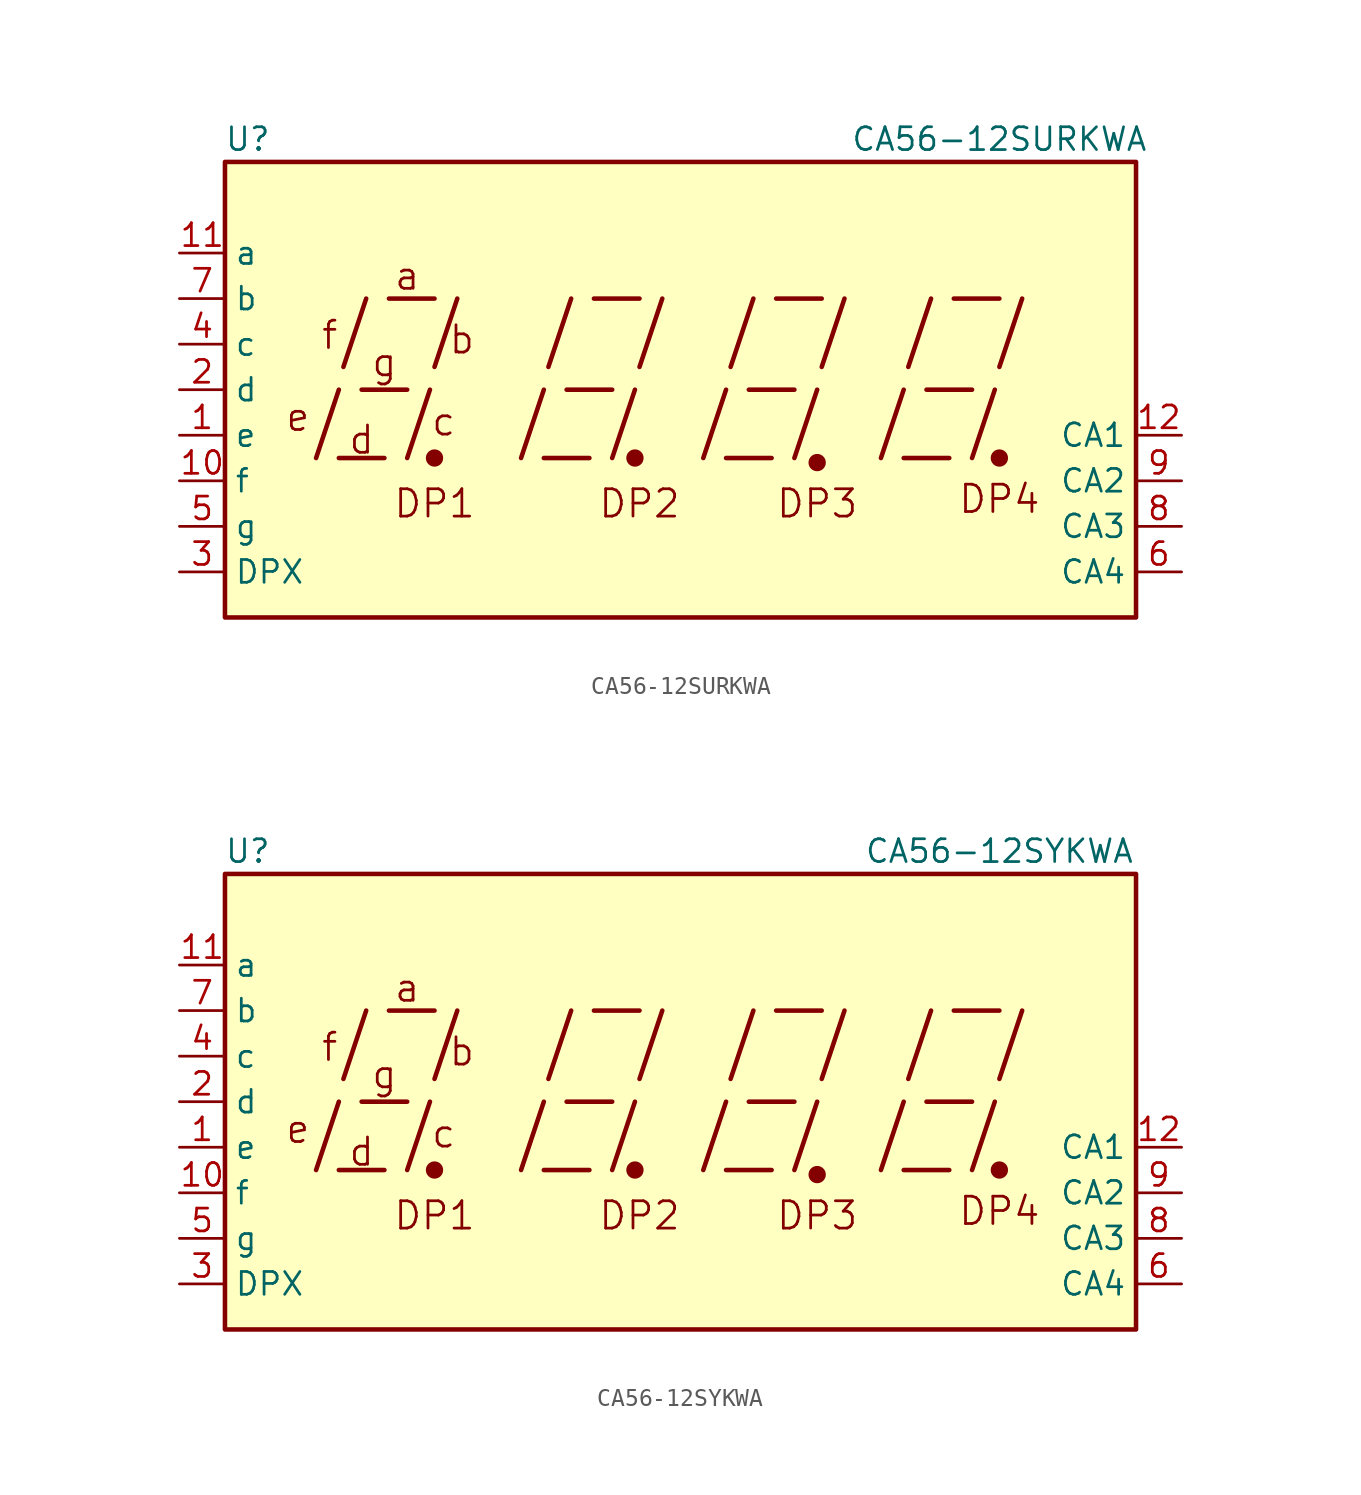
<source format=kicad_sym>
(kicad_symbol_lib
  (version 20200908)
  (generator kicad_symbol_editor)
  (symbol "Display_Character:CA56-12SURKWA"
    (property "Reference" "U"
      (at -24.13 13.97 0)
      (effects (font (size 1.27 1.27))))
    (property "Value" "CA56-12SURKWA"
      (at 17.78 13.97 0)
      (effects (font (size 1.27 1.27))))
    (symbol "CA56-12SURKWA_1_0"
      (circle (center 7.62 -4.064) (radius 0.356) (stroke (width 0.254)) (fill (type outline)))
      (circle (center 17.78 -3.81) (radius 0.356) (stroke (width 0.254)) (fill (type outline))))
    (symbol "CA56-12SURKWA_0_1"
      (circle (center -13.716 -3.81) (radius 0.356) (stroke (width 0.254)) (fill (type outline)))
      (circle (center -2.54 -3.81) (radius 0.356) (stroke (width 0.254)) (fill (type outline))))
    (symbol "CA56-12SURKWA_0_0"
      (text "a" (at -15.24 6.35 0) (effects (font (size 1.524 1.524))))
      (text "b" (at -12.192 2.794 0) (effects (font (size 1.524 1.524))))
      (text "c" (at -13.208 -1.778 0) (effects (font (size 1.524 1.524))))
      (text "d" (at -17.78 -2.794 0) (effects (font (size 1.524 1.524))))
      (text "DP1" (at -13.716 -6.35 0) (effects (font (size 1.524 1.524))))
      (text "DP2" (at -2.286 -6.35 0) (effects (font (size 1.524 1.524))))
      (text "DP3" (at 7.62 -6.35 0) (effects (font (size 1.524 1.524))))
      (text "DP4" (at 17.78 -6.096 0) (effects (font (size 1.524 1.524))))
      (text "e" (at -21.336 -1.524 0) (effects (font (size 1.524 1.524))))
      (text "f" (at -19.558 3.048 0) (effects (font (size 1.524 1.524))))
      (text "g" (at -16.51 1.524 0) (effects (font (size 1.524 1.524))))
      (rectangle (start -25.4 12.7) (end 25.4 -12.7) (stroke (width 0.254)) (fill (type background)))
      (polyline (pts (xy -20.32 -3.81) (xy -19.05 0)) (stroke (width 0.254)) (fill (type none)))
      (polyline (pts (xy -19.05 -3.81) (xy -16.51 -3.81)) (stroke (width 0.254)) (fill (type none)))
      (polyline (pts (xy -18.796 1.27) (xy -17.526 5.08)) (stroke (width 0.254)) (fill (type none)))
      (polyline (pts (xy -17.78 0) (xy -15.24 0)) (stroke (width 0.254)) (fill (type none)))
      (polyline (pts (xy -16.256 5.08) (xy -13.716 5.08)) (stroke (width 0.254)) (fill (type none)))
      (polyline (pts (xy -15.24 -3.81) (xy -13.97 0)) (stroke (width 0.254)) (fill (type none)))
      (polyline (pts (xy -13.716 1.27) (xy -12.446 5.08)) (stroke (width 0.254)) (fill (type none)))
      (polyline (pts (xy -8.89 -3.81) (xy -7.62 0)) (stroke (width 0.254)) (fill (type none)))
      (polyline (pts (xy -7.62 -3.81) (xy -5.08 -3.81)) (stroke (width 0.254)) (fill (type none)))
      (polyline (pts (xy -7.366 1.27) (xy -6.096 5.08)) (stroke (width 0.254)) (fill (type none)))
      (polyline (pts (xy -6.35 0) (xy -3.81 0)) (stroke (width 0.254)) (fill (type none)))
      (polyline (pts (xy -4.826 5.08) (xy -2.286 5.08)) (stroke (width 0.254)) (fill (type none)))
      (polyline (pts (xy -3.81 -3.81) (xy -2.54 0)) (stroke (width 0.254)) (fill (type none)))
      (polyline (pts (xy -2.286 1.27) (xy -1.016 5.08)) (stroke (width 0.254)) (fill (type none)))
      (polyline (pts (xy 1.27 -3.81) (xy 2.54 0)) (stroke (width 0.254)) (fill (type none)))
      (polyline (pts (xy 2.54 -3.81) (xy 5.08 -3.81)) (stroke (width 0.254)) (fill (type none)))
      (polyline (pts (xy 2.794 1.27) (xy 4.064 5.08)) (stroke (width 0.254)) (fill (type none)))
      (polyline (pts (xy 3.81 0) (xy 6.35 0)) (stroke (width 0.254)) (fill (type none)))
      (polyline (pts (xy 5.334 5.08) (xy 7.874 5.08)) (stroke (width 0.254)) (fill (type none)))
      (polyline (pts (xy 6.35 -3.81) (xy 7.62 0)) (stroke (width 0.254)) (fill (type none)))
      (polyline (pts (xy 7.874 1.27) (xy 9.144 5.08)) (stroke (width 0.254)) (fill (type none)))
      (polyline (pts (xy 11.176 -3.81) (xy 12.446 0)) (stroke (width 0.254)) (fill (type none)))
      (polyline (pts (xy 12.446 -3.81) (xy 14.986 -3.81)) (stroke (width 0.254)) (fill (type none)))
      (polyline (pts (xy 12.7 1.27) (xy 13.97 5.08)) (stroke (width 0.254)) (fill (type none)))
      (polyline (pts (xy 13.716 0) (xy 16.256 0)) (stroke (width 0.254)) (fill (type none)))
      (polyline (pts (xy 15.24 5.08) (xy 17.78 5.08)) (stroke (width 0.254)) (fill (type none)))
      (polyline (pts (xy 16.256 -3.81) (xy 17.526 0)) (stroke (width 0.254)) (fill (type none)))
      (polyline (pts (xy 17.78 1.27) (xy 19.05 5.08)) (stroke (width 0.254)) (fill (type none))))
    (symbol "CA56-12SURKWA_1_1"
      (pin input line (at -27.94 -2.54 0) (length 2.54) (name "e" (effects (font (size 1.27 1.27)))) (number "1" (effects (font (size 1.27 1.27)))))
      (pin input line (at -27.94 -5.08 0) (length 2.54) (name "f" (effects (font (size 1.27 1.27)))) (number "10" (effects (font (size 1.27 1.27)))))
      (pin input line (at -27.94 7.62 0) (length 2.54) (name "a" (effects (font (size 1.27 1.27)))) (number "11" (effects (font (size 1.27 1.27)))))
      (pin input line (at 27.94 -2.54 180) (length 2.54) (name "CA1" (effects (font (size 1.27 1.27)))) (number "12" (effects (font (size 1.27 1.27)))))
      (pin input line (at -27.94 0 0) (length 2.54) (name "d" (effects (font (size 1.27 1.27)))) (number "2" (effects (font (size 1.27 1.27)))))
      (pin input line (at -27.94 -10.16 0) (length 2.54) (name "DPX" (effects (font (size 1.27 1.27)))) (number "3" (effects (font (size 1.27 1.27)))))
      (pin input line (at -27.94 2.54 0) (length 2.54) (name "c" (effects (font (size 1.27 1.27)))) (number "4" (effects (font (size 1.27 1.27)))))
      (pin input line (at -27.94 -7.62 0) (length 2.54) (name "g" (effects (font (size 1.27 1.27)))) (number "5" (effects (font (size 1.27 1.27)))))
      (pin input line (at 27.94 -10.16 180) (length 2.54) (name "CA4" (effects (font (size 1.27 1.27)))) (number "6" (effects (font (size 1.27 1.27)))))
      (pin input line (at -27.94 5.08 0) (length 2.54) (name "b" (effects (font (size 1.27 1.27)))) (number "7" (effects (font (size 1.27 1.27)))))
      (pin input line (at 27.94 -7.62 180) (length 2.54) (name "CA3" (effects (font (size 1.27 1.27)))) (number "8" (effects (font (size 1.27 1.27)))))
      (pin input line (at 27.94 -5.08 180) (length 2.54) (name "CA2" (effects (font (size 1.27 1.27)))) (number "9" (effects (font (size 1.27 1.27)))))))
  (symbol "Display_Character:CA56-12SYKWA"
    (property "Reference" "U"
      (at -24.13 13.97 0)
      (effects (font (size 1.27 1.27))))
    (property "Value" "CA56-12SYKWA"
      (at 17.78 13.97 0)
      (effects (font (size 1.27 1.27))))
    (symbol "CA56-12SYKWA_1_0"
      (circle (center 7.62 -4.064) (radius 0.356) (stroke (width 0.254)) (fill (type outline)))
      (circle (center 17.78 -3.81) (radius 0.356) (stroke (width 0.254)) (fill (type outline))))
    (symbol "CA56-12SYKWA_0_1"
      (circle (center -13.716 -3.81) (radius 0.356) (stroke (width 0.254)) (fill (type outline)))
      (circle (center -2.54 -3.81) (radius 0.356) (stroke (width 0.254)) (fill (type outline))))
    (symbol "CA56-12SYKWA_0_0"
      (text "a" (at -15.24 6.35 0) (effects (font (size 1.524 1.524))))
      (text "b" (at -12.192 2.794 0) (effects (font (size 1.524 1.524))))
      (text "c" (at -13.208 -1.778 0) (effects (font (size 1.524 1.524))))
      (text "d" (at -17.78 -2.794 0) (effects (font (size 1.524 1.524))))
      (text "DP1" (at -13.716 -6.35 0) (effects (font (size 1.524 1.524))))
      (text "DP2" (at -2.286 -6.35 0) (effects (font (size 1.524 1.524))))
      (text "DP3" (at 7.62 -6.35 0) (effects (font (size 1.524 1.524))))
      (text "DP4" (at 17.78 -6.096 0) (effects (font (size 1.524 1.524))))
      (text "e" (at -21.336 -1.524 0) (effects (font (size 1.524 1.524))))
      (text "f" (at -19.558 3.048 0) (effects (font (size 1.524 1.524))))
      (text "g" (at -16.51 1.524 0) (effects (font (size 1.524 1.524))))
      (rectangle (start -25.4 12.7) (end 25.4 -12.7) (stroke (width 0.254)) (fill (type background)))
      (polyline (pts (xy -20.32 -3.81) (xy -19.05 0)) (stroke (width 0.254)) (fill (type none)))
      (polyline (pts (xy -19.05 -3.81) (xy -16.51 -3.81)) (stroke (width 0.254)) (fill (type none)))
      (polyline (pts (xy -18.796 1.27) (xy -17.526 5.08)) (stroke (width 0.254)) (fill (type none)))
      (polyline (pts (xy -17.78 0) (xy -15.24 0)) (stroke (width 0.254)) (fill (type none)))
      (polyline (pts (xy -16.256 5.08) (xy -13.716 5.08)) (stroke (width 0.254)) (fill (type none)))
      (polyline (pts (xy -15.24 -3.81) (xy -13.97 0)) (stroke (width 0.254)) (fill (type none)))
      (polyline (pts (xy -13.716 1.27) (xy -12.446 5.08)) (stroke (width 0.254)) (fill (type none)))
      (polyline (pts (xy -8.89 -3.81) (xy -7.62 0)) (stroke (width 0.254)) (fill (type none)))
      (polyline (pts (xy -7.62 -3.81) (xy -5.08 -3.81)) (stroke (width 0.254)) (fill (type none)))
      (polyline (pts (xy -7.366 1.27) (xy -6.096 5.08)) (stroke (width 0.254)) (fill (type none)))
      (polyline (pts (xy -6.35 0) (xy -3.81 0)) (stroke (width 0.254)) (fill (type none)))
      (polyline (pts (xy -4.826 5.08) (xy -2.286 5.08)) (stroke (width 0.254)) (fill (type none)))
      (polyline (pts (xy -3.81 -3.81) (xy -2.54 0)) (stroke (width 0.254)) (fill (type none)))
      (polyline (pts (xy -2.286 1.27) (xy -1.016 5.08)) (stroke (width 0.254)) (fill (type none)))
      (polyline (pts (xy 1.27 -3.81) (xy 2.54 0)) (stroke (width 0.254)) (fill (type none)))
      (polyline (pts (xy 2.54 -3.81) (xy 5.08 -3.81)) (stroke (width 0.254)) (fill (type none)))
      (polyline (pts (xy 2.794 1.27) (xy 4.064 5.08)) (stroke (width 0.254)) (fill (type none)))
      (polyline (pts (xy 3.81 0) (xy 6.35 0)) (stroke (width 0.254)) (fill (type none)))
      (polyline (pts (xy 5.334 5.08) (xy 7.874 5.08)) (stroke (width 0.254)) (fill (type none)))
      (polyline (pts (xy 6.35 -3.81) (xy 7.62 0)) (stroke (width 0.254)) (fill (type none)))
      (polyline (pts (xy 7.874 1.27) (xy 9.144 5.08)) (stroke (width 0.254)) (fill (type none)))
      (polyline (pts (xy 11.176 -3.81) (xy 12.446 0)) (stroke (width 0.254)) (fill (type none)))
      (polyline (pts (xy 12.446 -3.81) (xy 14.986 -3.81)) (stroke (width 0.254)) (fill (type none)))
      (polyline (pts (xy 12.7 1.27) (xy 13.97 5.08)) (stroke (width 0.254)) (fill (type none)))
      (polyline (pts (xy 13.716 0) (xy 16.256 0)) (stroke (width 0.254)) (fill (type none)))
      (polyline (pts (xy 15.24 5.08) (xy 17.78 5.08)) (stroke (width 0.254)) (fill (type none)))
      (polyline (pts (xy 16.256 -3.81) (xy 17.526 0)) (stroke (width 0.254)) (fill (type none)))
      (polyline (pts (xy 17.78 1.27) (xy 19.05 5.08)) (stroke (width 0.254)) (fill (type none))))
    (symbol "CA56-12SYKWA_1_1"
      (pin input line (at -27.94 -2.54 0) (length 2.54) (name "e" (effects (font (size 1.27 1.27)))) (number "1" (effects (font (size 1.27 1.27)))))
      (pin input line (at -27.94 -5.08 0) (length 2.54) (name "f" (effects (font (size 1.27 1.27)))) (number "10" (effects (font (size 1.27 1.27)))))
      (pin input line (at -27.94 7.62 0) (length 2.54) (name "a" (effects (font (size 1.27 1.27)))) (number "11" (effects (font (size 1.27 1.27)))))
      (pin input line (at 27.94 -2.54 180) (length 2.54) (name "CA1" (effects (font (size 1.27 1.27)))) (number "12" (effects (font (size 1.27 1.27)))))
      (pin input line (at -27.94 0 0) (length 2.54) (name "d" (effects (font (size 1.27 1.27)))) (number "2" (effects (font (size 1.27 1.27)))))
      (pin input line (at -27.94 -10.16 0) (length 2.54) (name "DPX" (effects (font (size 1.27 1.27)))) (number "3" (effects (font (size 1.27 1.27)))))
      (pin input line (at -27.94 2.54 0) (length 2.54) (name "c" (effects (font (size 1.27 1.27)))) (number "4" (effects (font (size 1.27 1.27)))))
      (pin input line (at -27.94 -7.62 0) (length 2.54) (name "g" (effects (font (size 1.27 1.27)))) (number "5" (effects (font (size 1.27 1.27)))))
      (pin input line (at 27.94 -10.16 180) (length 2.54) (name "CA4" (effects (font (size 1.27 1.27)))) (number "6" (effects (font (size 1.27 1.27)))))
      (pin input line (at -27.94 5.08 0) (length 2.54) (name "b" (effects (font (size 1.27 1.27)))) (number "7" (effects (font (size 1.27 1.27)))))
      (pin input line (at 27.94 -7.62 180) (length 2.54) (name "CA3" (effects (font (size 1.27 1.27)))) (number "8" (effects (font (size 1.27 1.27)))))
      (pin input line (at 27.94 -5.08 180) (length 2.54) (name "CA2" (effects (font (size 1.27 1.27)))) (number "9" (effects (font (size 1.27 1.27))))))))
</source>
